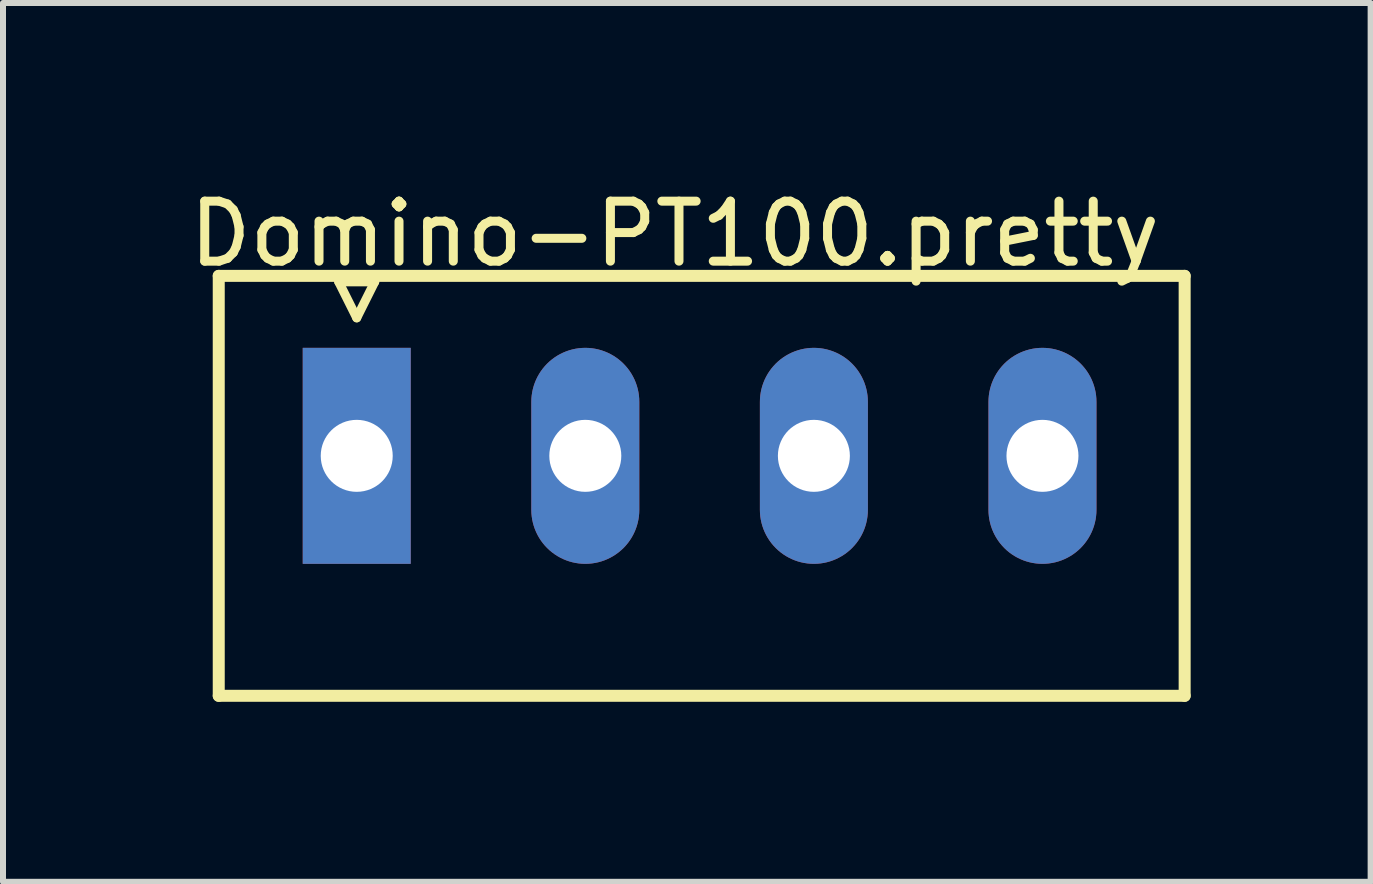
<source format=kicad_pcb>
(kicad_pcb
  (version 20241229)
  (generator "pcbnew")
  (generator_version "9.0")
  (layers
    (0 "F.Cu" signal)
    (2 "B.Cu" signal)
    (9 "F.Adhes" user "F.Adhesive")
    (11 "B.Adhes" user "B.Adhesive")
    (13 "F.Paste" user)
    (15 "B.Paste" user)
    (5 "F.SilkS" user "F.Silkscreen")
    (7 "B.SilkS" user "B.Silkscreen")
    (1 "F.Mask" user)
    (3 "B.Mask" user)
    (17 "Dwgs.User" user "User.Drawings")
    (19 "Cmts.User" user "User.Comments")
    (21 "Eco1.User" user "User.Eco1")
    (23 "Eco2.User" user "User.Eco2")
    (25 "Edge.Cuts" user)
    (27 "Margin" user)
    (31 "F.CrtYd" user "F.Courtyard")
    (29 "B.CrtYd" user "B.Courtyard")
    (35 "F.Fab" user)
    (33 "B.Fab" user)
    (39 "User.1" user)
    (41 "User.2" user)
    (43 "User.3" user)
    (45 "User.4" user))
  (footprint "Domino-PT100.pretty"
    (layer "F.Cu")
    (at 2.896 4.548)
    (property "Reference" "Domino-PT100.pretty" (at 5.3 -3.7 0) (layer "F.SilkS") (effects (font (size 1 1) (thickness 0.15))))
    (attr through_hole)
    (fp_line (start -2.3 -3) (end -2.3 4) (stroke (width 0.2) (type solid)) (layer "F.SilkS"))
    (fp_line (start -2.3 4) (end 13.8 4) (stroke (width 0.2) (type solid)) (layer "F.SilkS"))
    (fp_line (start -0.3 -2.9) (end 0 -2.3) (stroke (width 0.15) (type solid)) (layer "F.SilkS"))
    (fp_line (start 0 -2.3) (end 0.3 -2.9) (stroke (width 0.15) (type solid)) (layer "F.SilkS"))
    (fp_line (start 0.3 -2.9) (end -0.3 -2.9) (stroke (width 0.15) (type solid)) (layer "F.SilkS"))
    (fp_line (start 13.8 -3) (end -2.3 -3) (stroke (width 0.2) (type solid)) (layer "F.SilkS"))
    (fp_line (start 13.8 4) (end 13.8 -3) (stroke (width 0.2) (type solid)) (layer "F.SilkS"))
    (pad "1" thru_hole rect (at 0 0) (size 1.8 3.6) (drill 1.2) (layers "*.Cu" "*.Mask"))
    (pad "2" thru_hole oval (at 3.81 0) (size 1.8 3.6) (drill 1.2) (layers "*.Cu" "*.Mask"))
    (pad "3" thru_hole oval (at 7.62 0) (size 1.8 3.6) (drill 1.2) (layers "*.Cu" "*.Mask"))
    (pad "4" thru_hole oval (at 11.43 0) (size 1.8 3.6) (drill 1.2) (layers "*.Cu" "*.Mask")))
  (gr_rect
    (start -3 -3)
    (end 19.796 11.648)
    (stroke (width 0.1) (type default))
    (fill no)
    (layer "Edge.Cuts")))
</source>
